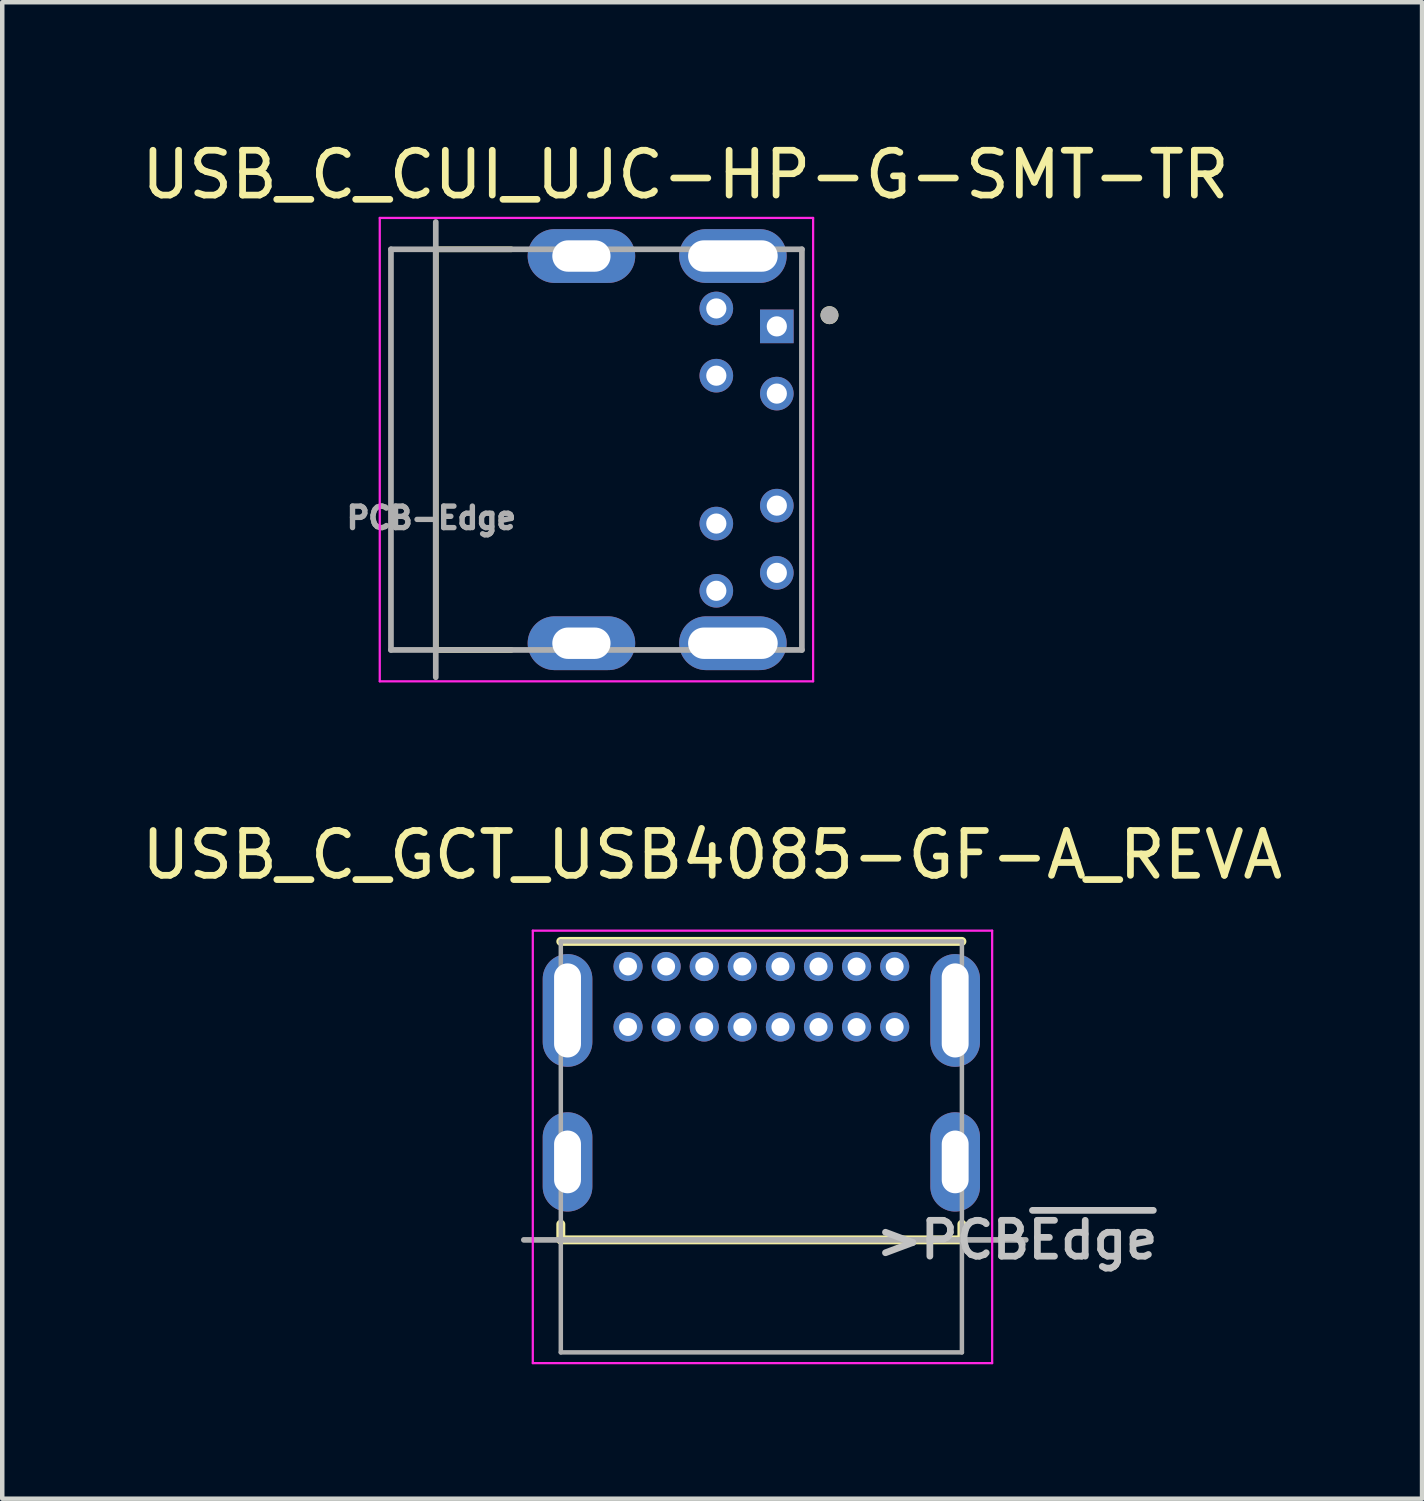
<source format=kicad_pcb>
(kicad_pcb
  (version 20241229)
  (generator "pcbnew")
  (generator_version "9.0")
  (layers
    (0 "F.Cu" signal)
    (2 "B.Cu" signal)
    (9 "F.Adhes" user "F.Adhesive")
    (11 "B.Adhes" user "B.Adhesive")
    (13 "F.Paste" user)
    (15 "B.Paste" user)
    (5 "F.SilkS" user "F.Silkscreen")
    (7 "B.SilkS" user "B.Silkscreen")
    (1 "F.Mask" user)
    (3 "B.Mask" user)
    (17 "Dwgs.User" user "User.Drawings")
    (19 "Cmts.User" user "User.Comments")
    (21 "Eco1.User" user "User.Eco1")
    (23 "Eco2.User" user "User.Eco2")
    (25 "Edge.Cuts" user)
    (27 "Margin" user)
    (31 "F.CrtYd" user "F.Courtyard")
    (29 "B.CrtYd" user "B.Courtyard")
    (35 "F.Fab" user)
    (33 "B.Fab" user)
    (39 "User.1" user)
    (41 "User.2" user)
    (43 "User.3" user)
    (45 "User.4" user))
  (footprint "USB_C_GCT_USB4085-GF-A_REVA"
    (layer "F.Cu")
    (at 13.939 22.542)
    (property "Reference" "USB_C_GCT_USB4085-GF-A_REVA" (at -1.097 -6.515 0) (layer "F.SilkS") (effects (font (size 1 1) (thickness 0.15))))
    (attr through_hole)
    (fp_line (start -4.475 -4.585) (end 4.475 -4.585) (stroke (width 0.2) (type solid)) (layer "F.SilkS"))
    (fp_line (start -4.475 1.725) (end -4.475 2.075) (stroke (width 0.2) (type solid)) (layer "F.SilkS"))
    (fp_line (start -4.475 2.075) (end 4.475 2.075) (stroke (width 0.2) (type solid)) (layer "F.SilkS"))
    (fp_line (start 4.475 2.075) (end 4.475 1.725) (stroke (width 0.2) (type solid)) (layer "F.SilkS"))
    (fp_line (start -5.1 -4.825) (end 5.15 -4.825) (stroke (width 0.05) (type solid)) (layer "F.CrtYd"))
    (fp_line (start -5.1 4.825) (end -5.1 -4.825) (stroke (width 0.05) (type solid)) (layer "F.CrtYd"))
    (fp_line (start 5.15 -4.825) (end 5.15 4.825) (stroke (width 0.05) (type solid)) (layer "F.CrtYd"))
    (fp_line (start 5.15 4.825) (end -5.1 4.825) (stroke (width 0.05) (type solid)) (layer "F.CrtYd"))
    (fp_line (start -5.3 2.075) (end 5.9 2.075) (stroke (width 0.127) (type solid)) (layer "F.Fab"))
    (fp_line (start -4.475 -4.585) (end 4.475 -4.585) (stroke (width 0.1) (type solid)) (layer "F.Fab"))
    (fp_line (start -4.475 4.585) (end -4.475 -4.585) (stroke (width 0.1) (type solid)) (layer "F.Fab"))
    (fp_line (start 4.475 -4.585) (end 4.475 4.585) (stroke (width 0.1) (type solid)) (layer "F.Fab"))
    (fp_line (start 4.475 4.585) (end -4.475 4.585) (stroke (width 0.1) (type solid)) (layer "F.Fab"))
    (fp_text user ">PCB~{Edge}" (at 5.703 2.076 0) (layer "Dwgs.User") (effects (font (size 0.8 0.8) (thickness 0.15))))
    (pad "A1" thru_hole circle (at -2.975 -4.025) (size 0.65 0.65) (drill 0.4) (layers "*.Cu" "*.Mask"))
    (pad "A4" thru_hole circle (at -2.125 -4.025) (size 0.65 0.65) (drill 0.4) (layers "*.Cu" "*.Mask"))
    (pad "A5" thru_hole circle (at -1.275 -4.025) (size 0.65 0.65) (drill 0.4) (layers "*.Cu" "*.Mask"))
    (pad "A6" thru_hole circle (at -0.425 -4.025) (size 0.65 0.65) (drill 0.4) (layers "*.Cu" "*.Mask"))
    (pad "A7" thru_hole circle (at 0.425 -4.025) (size 0.65 0.65) (drill 0.4) (layers "*.Cu" "*.Mask"))
    (pad "A8" thru_hole circle (at 1.275 -4.025) (size 0.65 0.65) (drill 0.4) (layers "*.Cu" "*.Mask"))
    (pad "A9" thru_hole circle (at 2.125 -4.025) (size 0.65 0.65) (drill 0.4) (layers "*.Cu" "*.Mask"))
    (pad "A12" thru_hole circle (at 2.975 -4.025) (size 0.65 0.65) (drill 0.4) (layers "*.Cu" "*.Mask"))
    (pad "B1" thru_hole circle (at 2.975 -2.675) (size 0.65 0.65) (drill 0.4) (layers "*.Cu" "*.Mask"))
    (pad "B4" thru_hole circle (at 2.125 -2.675) (size 0.65 0.65) (drill 0.4) (layers "*.Cu" "*.Mask"))
    (pad "B5" thru_hole circle (at 1.275 -2.675) (size 0.65 0.65) (drill 0.4) (layers "*.Cu" "*.Mask"))
    (pad "B6" thru_hole circle (at 0.425 -2.675) (size 0.65 0.65) (drill 0.4) (layers "*.Cu" "*.Mask"))
    (pad "B7" thru_hole circle (at -0.425 -2.675) (size 0.65 0.65) (drill 0.4) (layers "*.Cu" "*.Mask"))
    (pad "B8" thru_hole circle (at -1.275 -2.675) (size 0.65 0.65) (drill 0.4) (layers "*.Cu" "*.Mask"))
    (pad "B9" thru_hole circle (at -2.125 -2.675) (size 0.65 0.65) (drill 0.4) (layers "*.Cu" "*.Mask"))
    (pad "B12" thru_hole circle (at -2.975 -2.675) (size 0.65 0.65) (drill 0.4) (layers "*.Cu" "*.Mask"))
    (pad "S1" thru_hole oval (at -4.325 -3.045) (size 1.108 2.516) (drill oval 0.6 2.1) (layers "*.Cu" "*.Mask"))
    (pad "S1" thru_hole oval (at -4.325 0.335) (size 1.108 2.216) (drill oval 0.6 1.4) (layers "*.Cu" "*.Mask"))
    (pad "S1" thru_hole oval (at 4.325 -3.045) (size 1.108 2.516) (drill oval 0.6 2.1) (layers "*.Cu" "*.Mask"))
    (pad "S1" thru_hole oval (at 4.325 0.335) (size 1.108 2.216) (drill oval 0.6 1.4) (layers "*.Cu" "*.Mask")))
  (footprint "USB_C_CUI_UJC-HP-G-SMT-TR"
    (layer "F.Cu")
    (at 10.259 6.983)
    (property "Reference" "USB_C_CUI_UJC-HP-G-SMT-TR" (at 1.985 -6.135 0) (layer "F.SilkS") (effects (font (size 1 1) (thickness 0.15))))
    (attr through_hole)
    (fp_line (start -3.585 -4.47) (end -3.585 4.47) (stroke (width 0.127) (type solid)) (layer "F.SilkS"))
    (fp_line (start -3.585 4.47) (end -1.9 4.47) (stroke (width 0.127) (type solid)) (layer "F.SilkS"))
    (fp_line (start -1.9 -4.47) (end -3.585 -4.47) (stroke (width 0.127) (type solid)) (layer "F.SilkS"))
    (fp_circle (center 5.2 -3) (end 5.3 -3) (stroke (width 0.2) (type solid)) (fill no) (layer "F.SilkS"))
    (fp_line (start -4.835 -5.17) (end -4.835 5.17) (stroke (width 0.05) (type solid)) (layer "F.CrtYd"))
    (fp_line (start -4.835 5.17) (end 4.835 5.17) (stroke (width 0.05) (type solid)) (layer "F.CrtYd"))
    (fp_line (start 4.835 -5.17) (end -4.835 -5.17) (stroke (width 0.05) (type solid)) (layer "F.CrtYd"))
    (fp_line (start 4.835 5.17) (end 4.835 -5.17) (stroke (width 0.05) (type solid)) (layer "F.CrtYd"))
    (fp_line (start -4.585 -4.47) (end -4.585 4.47) (stroke (width 0.127) (type solid)) (layer "F.Fab"))
    (fp_line (start -4.585 4.47) (end 4.585 4.47) (stroke (width 0.127) (type solid)) (layer "F.Fab"))
    (fp_line (start -3.585 -5.08) (end -3.585 5.08) (stroke (width 0.127) (type solid)) (layer "F.Fab"))
    (fp_line (start 4.585 -4.47) (end -4.585 -4.47) (stroke (width 0.127) (type solid)) (layer "F.Fab"))
    (fp_line (start 4.585 4.47) (end 4.585 -4.47) (stroke (width 0.127) (type solid)) (layer "F.Fab"))
    (fp_circle (center 5.2 -3) (end 5.3 -3) (stroke (width 0.2) (type solid)) (fill no) (layer "F.Fab"))
    (fp_text user "PCB-Edge" (at -3.683 1.524 0) (layer "F.Fab") (effects (font (size 0.48 0.48) (thickness 0.15))))
    (pad "A1" thru_hole rect (at 4.025 -2.75) (size 0.75 0.75) (drill 0.45) (layers "*.Cu" "*.Mask"))
    (pad "A4" thru_hole circle (at 4.025 -1.25) (size 0.75 0.75) (drill 0.45) (layers "*.Cu" "*.Mask"))
    (pad "A9" thru_hole circle (at 4.025 1.25) (size 0.75 0.75) (drill 0.45) (layers "*.Cu" "*.Mask"))
    (pad "A12" thru_hole circle (at 4.025 2.75) (size 0.75 0.75) (drill 0.45) (layers "*.Cu" "*.Mask"))
    (pad "B1" thru_hole circle (at 2.675 3.15) (size 0.75 0.75) (drill 0.45) (layers "*.Cu" "*.Mask"))
    (pad "B4" thru_hole circle (at 2.675 1.65) (size 0.75 0.75) (drill 0.45) (layers "*.Cu" "*.Mask"))
    (pad "B9" thru_hole circle (at 2.675 -1.65) (size 0.75 0.75) (drill 0.45) (layers "*.Cu" "*.Mask"))
    (pad "B12" thru_hole circle (at 2.675 -3.15) (size 0.75 0.75) (drill 0.45) (layers "*.Cu" "*.Mask"))
    (pad "S1" thru_hole oval (at -0.335 -4.32) (size 2.4 1.2) (drill oval 1.3 0.7) (layers "*.Cu" "*.Mask"))
    (pad "S1" thru_hole oval (at -0.335 4.32) (size 2.4 1.2) (drill oval 1.3 0.7) (layers "*.Cu" "*.Mask"))
    (pad "S1" thru_hole oval (at 3.045 -4.32) (size 2.4 1.2) (drill oval 2 0.7) (layers "*.Cu" "*.Mask"))
    (pad "S1" thru_hole oval (at 3.045 4.32) (size 2.4 1.2) (drill oval 2 0.7) (layers "*.Cu" "*.Mask")))
  (gr_rect
    (start -3 -3)
    (end 28.682 30.392)
    (stroke (width 0.1) (type default))
    (fill no)
    (layer "Edge.Cuts")))
</source>
